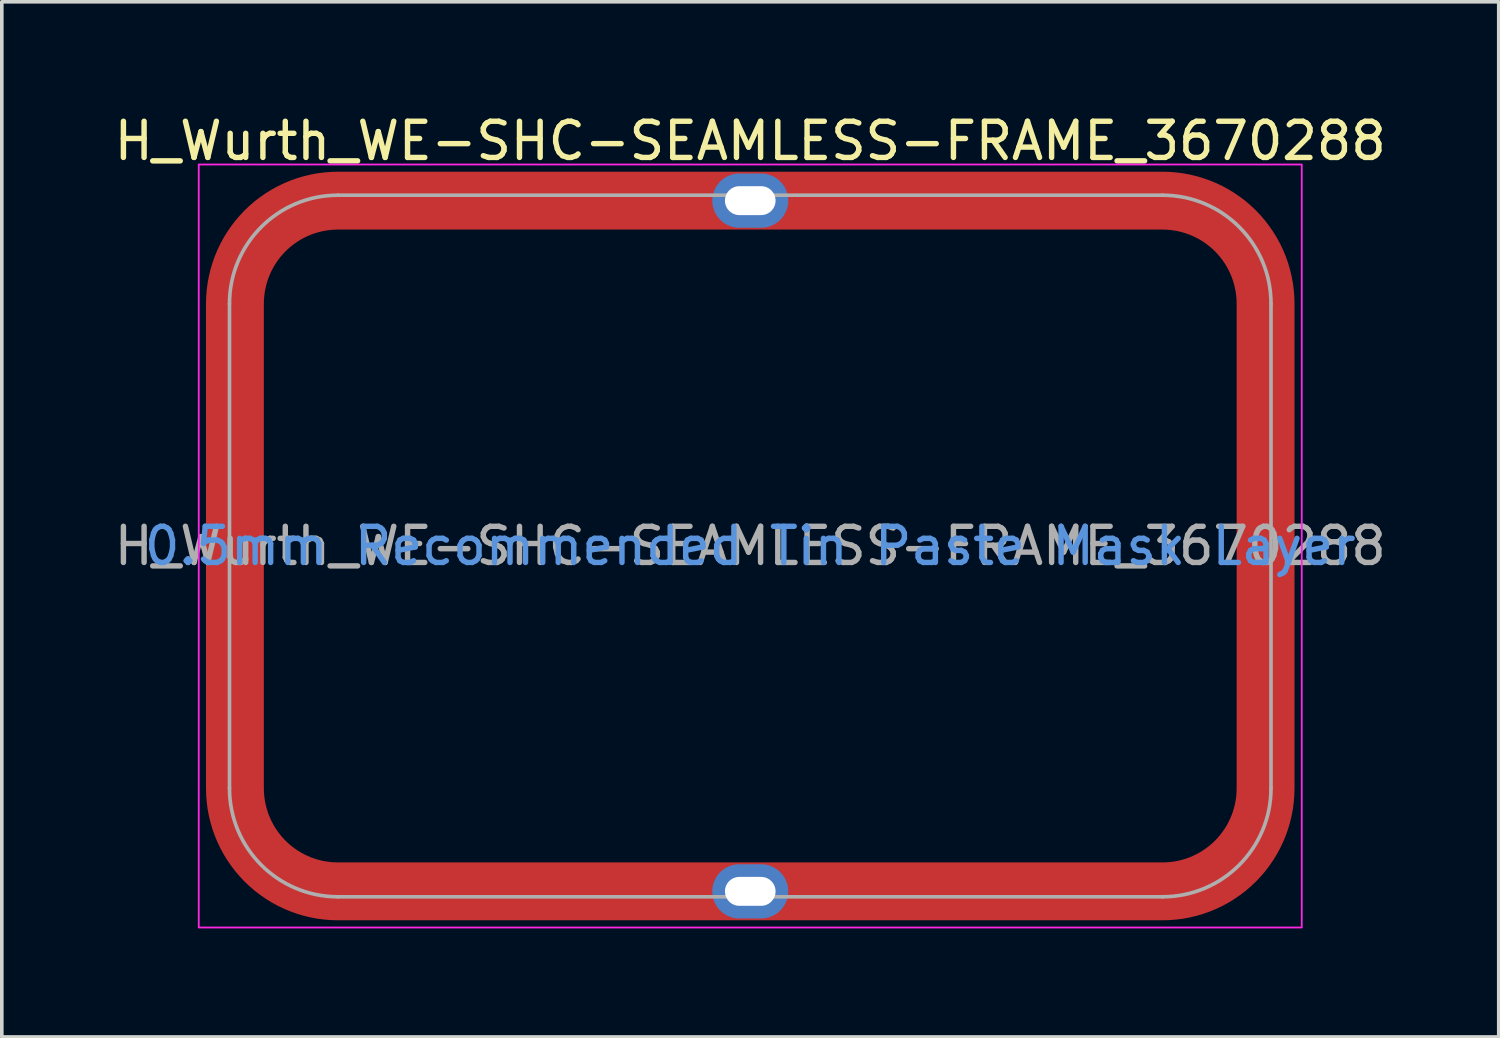
<source format=kicad_pcb>
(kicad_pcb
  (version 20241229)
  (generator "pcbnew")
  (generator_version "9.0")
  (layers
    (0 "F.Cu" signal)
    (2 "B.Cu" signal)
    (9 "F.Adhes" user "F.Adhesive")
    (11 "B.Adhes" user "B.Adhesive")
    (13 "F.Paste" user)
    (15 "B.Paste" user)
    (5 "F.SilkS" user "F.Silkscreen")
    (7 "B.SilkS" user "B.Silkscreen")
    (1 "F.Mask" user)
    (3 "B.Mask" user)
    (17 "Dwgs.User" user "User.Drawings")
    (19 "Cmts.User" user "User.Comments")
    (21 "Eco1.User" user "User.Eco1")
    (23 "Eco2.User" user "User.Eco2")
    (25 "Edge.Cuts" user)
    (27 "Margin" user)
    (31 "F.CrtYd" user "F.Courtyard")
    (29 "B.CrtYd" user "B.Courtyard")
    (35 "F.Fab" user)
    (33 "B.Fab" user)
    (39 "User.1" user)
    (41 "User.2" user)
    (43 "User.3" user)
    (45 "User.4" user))
  (footprint "H_Wurth_WE-SHC-SEAMLESS-FRAME_3670288"
    (layer "F.Cu")
    (at 17.696 12.048)
    (property "Reference" "H_Wurth_WE-SHC-SEAMLESS-FRAME_3670288" (at 0 -11.2 0) (unlocked yes) (layer "F.SilkS") (effects (font (size 1 1) (thickness 0.15))))
    (attr smd)
    (fp_poly (pts (xy -13.5 0.004) (xy -15 0.004) (xy -15 -6.7) (xy -14.995 -6.888) (xy -14.98 -7.076) (xy -14.956 -7.263) (xy -14.921 -7.448) (xy -14.877 -7.632) (xy -14.824 -7.812) (xy -14.761 -7.99) (xy -14.689 -8.164) (xy -14.608 -8.334) (xy -14.518 -8.5) (xy -14.419 -8.661) (xy -14.312 -8.816) (xy -14.198 -8.966) (xy -14.075 -9.109) (xy -13.946 -9.246) (xy -13.809 -9.375) (xy -13.666 -9.498) (xy -13.516 -9.612) (xy -13.361 -9.719) (xy -13.2 -9.818) (xy -13.034 -9.908) (xy -12.864 -9.989) (xy -12.69 -10.061) (xy -12.512 -10.124) (xy -12.332 -10.177) (xy -12.148 -10.221) (xy -11.963 -10.256) (xy -11.776 -10.28) (xy -11.588 -10.295) (xy -11.4 -10.3) (xy 11.4 -10.3) (xy 11.588 -10.295) (xy 11.776 -10.28) (xy 11.963 -10.256) (xy 12.148 -10.221) (xy 12.332 -10.177) (xy 12.512 -10.124) (xy 12.69 -10.061) (xy 12.864 -9.989) (xy 13.034 -9.908) (xy 13.2 -9.818) (xy 13.361 -9.719) (xy 13.516 -9.612) (xy 13.666 -9.498) (xy 13.809 -9.375) (xy 13.946 -9.246) (xy 14.075 -9.109) (xy 14.198 -8.966) (xy 14.312 -8.816) (xy 14.419 -8.661) (xy 14.518 -8.5) (xy 14.608 -8.334) (xy 14.689 -8.164) (xy 14.761 -7.99) (xy 14.824 -7.812) (xy 14.877 -7.632) (xy 14.921 -7.448) (xy 14.956 -7.263) (xy 14.98 -7.076) (xy 14.995 -6.888) (xy 15 -6.7) (xy 15 0.004) (xy 13.5 0.004) (xy 13.5 -6.7) (xy 13.497 -6.81) (xy 13.488 -6.92) (xy 13.474 -7.029) (xy 13.454 -7.137) (xy 13.428 -7.244) (xy 13.397 -7.349) (xy 13.361 -7.453) (xy 13.318 -7.554) (xy 13.271 -7.653) (xy 13.219 -7.75) (xy 13.161 -7.844) (xy 13.099 -7.934) (xy 13.032 -8.022) (xy 12.961 -8.105) (xy 12.885 -8.185) (xy 12.805 -8.261) (xy 12.722 -8.332) (xy 12.634 -8.399) (xy 12.544 -8.461) (xy 12.45 -8.519) (xy 12.353 -8.571) (xy 12.254 -8.618) (xy 12.153 -8.661) (xy 12.049 -8.697) (xy 11.944 -8.728) (xy 11.837 -8.754) (xy 11.729 -8.774) (xy 11.62 -8.788) (xy 11.51 -8.797) (xy 11.4 -8.8) (xy -11.4 -8.8) (xy -11.51 -8.797) (xy -11.62 -8.788) (xy -11.729 -8.774) (xy -11.837 -8.754) (xy -11.944 -8.728) (xy -12.049 -8.697) (xy -12.153 -8.661) (xy -12.254 -8.618) (xy -12.353 -8.571) (xy -12.45 -8.519) (xy -12.544 -8.461) (xy -12.634 -8.399) (xy -12.722 -8.332) (xy -12.805 -8.261) (xy -12.885 -8.185) (xy -12.961 -8.105) (xy -13.032 -8.022) (xy -13.099 -7.934) (xy -13.161 -7.844) (xy -13.219 -7.75) (xy -13.271 -7.653) (xy -13.318 -7.554) (xy -13.361 -7.453) (xy -13.397 -7.349) (xy -13.428 -7.244) (xy -13.454 -7.137) (xy -13.474 -7.029) (xy -13.488 -6.92) (xy -13.497 -6.81) (xy -13.5 -6.7) (xy -13.5 -0.25)) (stroke (width 0.1) (type solid)) (fill yes) (layer "F.Cu"))
    (fp_poly (pts (xy 13.5 -0.004) (xy 15 -0.004) (xy 15 6.7) (xy 14.995 6.888) (xy 14.98 7.076) (xy 14.956 7.263) (xy 14.921 7.448) (xy 14.877 7.632) (xy 14.824 7.812) (xy 14.761 7.99) (xy 14.689 8.164) (xy 14.608 8.334) (xy 14.518 8.5) (xy 14.419 8.661) (xy 14.312 8.816) (xy 14.198 8.966) (xy 14.075 9.109) (xy 13.946 9.246) (xy 13.809 9.375) (xy 13.666 9.498) (xy 13.516 9.612) (xy 13.361 9.719) (xy 13.2 9.818) (xy 13.034 9.908) (xy 12.864 9.989) (xy 12.69 10.061) (xy 12.512 10.124) (xy 12.332 10.177) (xy 12.148 10.221) (xy 11.963 10.256) (xy 11.776 10.28) (xy 11.588 10.295) (xy 11.4 10.3) (xy -11.4 10.3) (xy -11.588 10.295) (xy -11.776 10.28) (xy -11.963 10.256) (xy -12.148 10.221) (xy -12.332 10.177) (xy -12.512 10.124) (xy -12.69 10.061) (xy -12.864 9.989) (xy -13.034 9.908) (xy -13.2 9.818) (xy -13.361 9.719) (xy -13.516 9.612) (xy -13.666 9.498) (xy -13.809 9.375) (xy -13.946 9.246) (xy -14.075 9.109) (xy -14.198 8.966) (xy -14.312 8.816) (xy -14.419 8.661) (xy -14.518 8.5) (xy -14.608 8.334) (xy -14.689 8.164) (xy -14.761 7.99) (xy -14.824 7.812) (xy -14.877 7.632) (xy -14.921 7.448) (xy -14.956 7.263) (xy -14.98 7.076) (xy -14.995 6.888) (xy -15 6.7) (xy -15 -0.004) (xy -13.5 -0.004) (xy -13.5 6.7) (xy -13.497 6.81) (xy -13.488 6.92) (xy -13.474 7.029) (xy -13.454 7.137) (xy -13.428 7.244) (xy -13.397 7.349) (xy -13.361 7.453) (xy -13.318 7.554) (xy -13.271 7.653) (xy -13.219 7.75) (xy -13.161 7.844) (xy -13.099 7.934) (xy -13.032 8.022) (xy -12.961 8.105) (xy -12.885 8.185) (xy -12.805 8.261) (xy -12.722 8.332) (xy -12.634 8.399) (xy -12.544 8.461) (xy -12.45 8.519) (xy -12.353 8.571) (xy -12.254 8.618) (xy -12.153 8.661) (xy -12.049 8.697) (xy -11.944 8.728) (xy -11.837 8.754) (xy -11.729 8.774) (xy -11.62 8.788) (xy -11.51 8.797) (xy -11.4 8.8) (xy 11.4 8.8) (xy 11.51 8.797) (xy 11.62 8.788) (xy 11.729 8.774) (xy 11.837 8.754) (xy 11.944 8.728) (xy 12.049 8.697) (xy 12.153 8.661) (xy 12.254 8.618) (xy 12.353 8.571) (xy 12.45 8.519) (xy 12.544 8.461) (xy 12.634 8.399) (xy 12.722 8.332) (xy 12.805 8.261) (xy 12.885 8.185) (xy 12.961 8.105) (xy 13.032 8.022) (xy 13.099 7.934) (xy 13.161 7.844) (xy 13.219 7.75) (xy 13.271 7.653) (xy 13.318 7.554) (xy 13.361 7.453) (xy 13.397 7.349) (xy 13.428 7.244) (xy 13.454 7.137) (xy 13.474 7.029) (xy 13.488 6.92) (xy 13.497 6.81) (xy 13.5 6.7) (xy 13.5 0.25)) (stroke (width 0.1) (type solid)) (fill yes) (layer "F.Cu"))
    (fp_poly (pts (xy -13.5 0.004) (xy -15 0.004) (xy -15 -6.7) (xy -14.995 -6.888) (xy -14.98 -7.076) (xy -14.956 -7.263) (xy -14.921 -7.448) (xy -14.877 -7.632) (xy -14.824 -7.812) (xy -14.761 -7.99) (xy -14.689 -8.164) (xy -14.608 -8.334) (xy -14.518 -8.5) (xy -14.419 -8.661) (xy -14.312 -8.816) (xy -14.198 -8.966) (xy -14.075 -9.109) (xy -13.946 -9.246) (xy -13.809 -9.375) (xy -13.666 -9.498) (xy -13.516 -9.612) (xy -13.361 -9.719) (xy -13.2 -9.818) (xy -13.034 -9.908) (xy -12.864 -9.989) (xy -12.69 -10.061) (xy -12.512 -10.124) (xy -12.332 -10.177) (xy -12.148 -10.221) (xy -11.963 -10.256) (xy -11.776 -10.28) (xy -11.588 -10.295) (xy -11.4 -10.3) (xy 11.4 -10.3) (xy 11.588 -10.295) (xy 11.776 -10.28) (xy 11.963 -10.256) (xy 12.148 -10.221) (xy 12.332 -10.177) (xy 12.512 -10.124) (xy 12.69 -10.061) (xy 12.864 -9.989) (xy 13.034 -9.908) (xy 13.2 -9.818) (xy 13.361 -9.719) (xy 13.516 -9.612) (xy 13.666 -9.498) (xy 13.809 -9.375) (xy 13.946 -9.246) (xy 14.075 -9.109) (xy 14.198 -8.966) (xy 14.312 -8.816) (xy 14.419 -8.661) (xy 14.518 -8.5) (xy 14.608 -8.334) (xy 14.689 -8.164) (xy 14.761 -7.99) (xy 14.824 -7.812) (xy 14.877 -7.632) (xy 14.921 -7.448) (xy 14.956 -7.263) (xy 14.98 -7.076) (xy 14.995 -6.888) (xy 15 -6.7) (xy 15 0.004) (xy 13.5 0.004) (xy 13.5 -6.7) (xy 13.497 -6.81) (xy 13.488 -6.92) (xy 13.474 -7.029) (xy 13.454 -7.137) (xy 13.428 -7.244) (xy 13.397 -7.349) (xy 13.361 -7.453) (xy 13.318 -7.554) (xy 13.271 -7.653) (xy 13.219 -7.75) (xy 13.161 -7.844) (xy 13.099 -7.934) (xy 13.032 -8.022) (xy 12.961 -8.105) (xy 12.885 -8.185) (xy 12.805 -8.261) (xy 12.722 -8.332) (xy 12.634 -8.399) (xy 12.544 -8.461) (xy 12.45 -8.519) (xy 12.353 -8.571) (xy 12.254 -8.618) (xy 12.153 -8.661) (xy 12.049 -8.697) (xy 11.944 -8.728) (xy 11.837 -8.754) (xy 11.729 -8.774) (xy 11.62 -8.788) (xy 11.51 -8.797) (xy 11.4 -8.8) (xy -11.4 -8.8) (xy -11.51 -8.797) (xy -11.62 -8.788) (xy -11.729 -8.774) (xy -11.837 -8.754) (xy -11.944 -8.728) (xy -12.049 -8.697) (xy -12.153 -8.661) (xy -12.254 -8.618) (xy -12.353 -8.571) (xy -12.45 -8.519) (xy -12.544 -8.461) (xy -12.634 -8.399) (xy -12.722 -8.332) (xy -12.805 -8.261) (xy -12.885 -8.185) (xy -12.961 -8.105) (xy -13.032 -8.022) (xy -13.099 -7.934) (xy -13.161 -7.844) (xy -13.219 -7.75) (xy -13.271 -7.653) (xy -13.318 -7.554) (xy -13.361 -7.453) (xy -13.397 -7.349) (xy -13.428 -7.244) (xy -13.454 -7.137) (xy -13.474 -7.029) (xy -13.488 -6.92) (xy -13.497 -6.81) (xy -13.5 -6.7) (xy -13.5 -0.25)) (stroke (width 0.1) (type solid)) (fill yes) (layer "F.Mask"))
    (fp_poly (pts (xy 13.5 -0.004) (xy 15 -0.004) (xy 15 6.7) (xy 14.995 6.888) (xy 14.98 7.076) (xy 14.956 7.263) (xy 14.921 7.448) (xy 14.877 7.632) (xy 14.824 7.812) (xy 14.761 7.99) (xy 14.689 8.164) (xy 14.608 8.334) (xy 14.518 8.5) (xy 14.419 8.661) (xy 14.312 8.816) (xy 14.198 8.966) (xy 14.075 9.109) (xy 13.946 9.246) (xy 13.809 9.375) (xy 13.666 9.498) (xy 13.516 9.612) (xy 13.361 9.719) (xy 13.2 9.818) (xy 13.034 9.908) (xy 12.864 9.989) (xy 12.69 10.061) (xy 12.512 10.124) (xy 12.332 10.177) (xy 12.148 10.221) (xy 11.963 10.256) (xy 11.776 10.28) (xy 11.588 10.295) (xy 11.4 10.3) (xy -11.4 10.3) (xy -11.588 10.295) (xy -11.776 10.28) (xy -11.963 10.256) (xy -12.148 10.221) (xy -12.332 10.177) (xy -12.512 10.124) (xy -12.69 10.061) (xy -12.864 9.989) (xy -13.034 9.908) (xy -13.2 9.818) (xy -13.361 9.719) (xy -13.516 9.612) (xy -13.666 9.498) (xy -13.809 9.375) (xy -13.946 9.246) (xy -14.075 9.109) (xy -14.198 8.966) (xy -14.312 8.816) (xy -14.419 8.661) (xy -14.518 8.5) (xy -14.608 8.334) (xy -14.689 8.164) (xy -14.761 7.99) (xy -14.824 7.812) (xy -14.877 7.632) (xy -14.921 7.448) (xy -14.956 7.263) (xy -14.98 7.076) (xy -14.995 6.888) (xy -15 6.7) (xy -15 -0.004) (xy -13.5 -0.004) (xy -13.5 6.7) (xy -13.497 6.81) (xy -13.488 6.92) (xy -13.474 7.029) (xy -13.454 7.137) (xy -13.428 7.244) (xy -13.397 7.349) (xy -13.361 7.453) (xy -13.318 7.554) (xy -13.271 7.653) (xy -13.219 7.75) (xy -13.161 7.844) (xy -13.099 7.934) (xy -13.032 8.022) (xy -12.961 8.105) (xy -12.885 8.185) (xy -12.805 8.261) (xy -12.722 8.332) (xy -12.634 8.399) (xy -12.544 8.461) (xy -12.45 8.519) (xy -12.353 8.571) (xy -12.254 8.618) (xy -12.153 8.661) (xy -12.049 8.697) (xy -11.944 8.728) (xy -11.837 8.754) (xy -11.729 8.774) (xy -11.62 8.788) (xy -11.51 8.797) (xy -11.4 8.8) (xy 11.4 8.8) (xy 11.51 8.797) (xy 11.62 8.788) (xy 11.729 8.774) (xy 11.837 8.754) (xy 11.944 8.728) (xy 12.049 8.697) (xy 12.153 8.661) (xy 12.254 8.618) (xy 12.353 8.571) (xy 12.45 8.519) (xy 12.544 8.461) (xy 12.634 8.399) (xy 12.722 8.332) (xy 12.805 8.261) (xy 12.885 8.185) (xy 12.961 8.105) (xy 13.032 8.022) (xy 13.099 7.934) (xy 13.161 7.844) (xy 13.219 7.75) (xy 13.271 7.653) (xy 13.318 7.554) (xy 13.361 7.453) (xy 13.397 7.349) (xy 13.428 7.244) (xy 13.454 7.137) (xy 13.474 7.029) (xy 13.488 6.92) (xy 13.497 6.81) (xy 13.5 6.7) (xy 13.5 0.25)) (stroke (width 0.1) (type solid)) (fill yes) (layer "F.Mask"))
    (fp_poly (pts (xy -13.5 0.004) (xy -15 0.004) (xy -15 -6.7) (xy -14.995 -6.888) (xy -14.98 -7.076) (xy -14.956 -7.263) (xy -14.921 -7.448) (xy -14.877 -7.632) (xy -14.824 -7.812) (xy -14.761 -7.99) (xy -14.689 -8.164) (xy -14.608 -8.334) (xy -14.518 -8.5) (xy -14.419 -8.661) (xy -14.312 -8.816) (xy -14.198 -8.966) (xy -14.075 -9.109) (xy -13.946 -9.246) (xy -13.809 -9.375) (xy -13.666 -9.498) (xy -13.516 -9.612) (xy -13.361 -9.719) (xy -13.2 -9.818) (xy -13.034 -9.908) (xy -12.864 -9.989) (xy -12.69 -10.061) (xy -12.512 -10.124) (xy -12.332 -10.177) (xy -12.148 -10.221) (xy -11.963 -10.256) (xy -11.776 -10.28) (xy -11.588 -10.295) (xy -11.4 -10.3) (xy 11.4 -10.3) (xy 11.588 -10.295) (xy 11.776 -10.28) (xy 11.963 -10.256) (xy 12.148 -10.221) (xy 12.332 -10.177) (xy 12.512 -10.124) (xy 12.69 -10.061) (xy 12.864 -9.989) (xy 13.034 -9.908) (xy 13.2 -9.818) (xy 13.361 -9.719) (xy 13.516 -9.612) (xy 13.666 -9.498) (xy 13.809 -9.375) (xy 13.946 -9.246) (xy 14.075 -9.109) (xy 14.198 -8.966) (xy 14.312 -8.816) (xy 14.419 -8.661) (xy 14.518 -8.5) (xy 14.608 -8.334) (xy 14.689 -8.164) (xy 14.761 -7.99) (xy 14.824 -7.812) (xy 14.877 -7.632) (xy 14.921 -7.448) (xy 14.956 -7.263) (xy 14.98 -7.076) (xy 14.995 -6.888) (xy 15 -6.7) (xy 15 0.004) (xy 13.5 0.004) (xy 13.5 -6.7) (xy 13.497 -6.81) (xy 13.488 -6.92) (xy 13.474 -7.029) (xy 13.454 -7.137) (xy 13.428 -7.244) (xy 13.397 -7.349) (xy 13.361 -7.453) (xy 13.318 -7.554) (xy 13.271 -7.653) (xy 13.219 -7.75) (xy 13.161 -7.844) (xy 13.099 -7.934) (xy 13.032 -8.022) (xy 12.961 -8.105) (xy 12.885 -8.185) (xy 12.805 -8.261) (xy 12.722 -8.332) (xy 12.634 -8.399) (xy 12.544 -8.461) (xy 12.45 -8.519) (xy 12.353 -8.571) (xy 12.254 -8.618) (xy 12.153 -8.661) (xy 12.049 -8.697) (xy 11.944 -8.728) (xy 11.837 -8.754) (xy 11.729 -8.774) (xy 11.62 -8.788) (xy 11.51 -8.797) (xy 11.4 -8.8) (xy -11.4 -8.8) (xy -11.51 -8.797) (xy -11.62 -8.788) (xy -11.729 -8.774) (xy -11.837 -8.754) (xy -11.944 -8.728) (xy -12.049 -8.697) (xy -12.153 -8.661) (xy -12.254 -8.618) (xy -12.353 -8.571) (xy -12.45 -8.519) (xy -12.544 -8.461) (xy -12.634 -8.399) (xy -12.722 -8.332) (xy -12.805 -8.261) (xy -12.885 -8.185) (xy -12.961 -8.105) (xy -13.032 -8.022) (xy -13.099 -7.934) (xy -13.161 -7.844) (xy -13.219 -7.75) (xy -13.271 -7.653) (xy -13.318 -7.554) (xy -13.361 -7.453) (xy -13.397 -7.349) (xy -13.428 -7.244) (xy -13.454 -7.137) (xy -13.474 -7.029) (xy -13.488 -6.92) (xy -13.497 -6.81) (xy -13.5 -6.7) (xy -13.5 -0.25)) (stroke (width 0.1) (type solid)) (fill yes) (layer "F.Paste"))
    (fp_poly (pts (xy 13.5 -0.004) (xy 15 -0.004) (xy 15 6.7) (xy 14.995 6.888) (xy 14.98 7.076) (xy 14.956 7.263) (xy 14.921 7.448) (xy 14.877 7.632) (xy 14.824 7.812) (xy 14.761 7.99) (xy 14.689 8.164) (xy 14.608 8.334) (xy 14.518 8.5) (xy 14.419 8.661) (xy 14.312 8.816) (xy 14.198 8.966) (xy 14.075 9.109) (xy 13.946 9.246) (xy 13.809 9.375) (xy 13.666 9.498) (xy 13.516 9.612) (xy 13.361 9.719) (xy 13.2 9.818) (xy 13.034 9.908) (xy 12.864 9.989) (xy 12.69 10.061) (xy 12.512 10.124) (xy 12.332 10.177) (xy 12.148 10.221) (xy 11.963 10.256) (xy 11.776 10.28) (xy 11.588 10.295) (xy 11.4 10.3) (xy -11.4 10.3) (xy -11.588 10.295) (xy -11.776 10.28) (xy -11.963 10.256) (xy -12.148 10.221) (xy -12.332 10.177) (xy -12.512 10.124) (xy -12.69 10.061) (xy -12.864 9.989) (xy -13.034 9.908) (xy -13.2 9.818) (xy -13.361 9.719) (xy -13.516 9.612) (xy -13.666 9.498) (xy -13.809 9.375) (xy -13.946 9.246) (xy -14.075 9.109) (xy -14.198 8.966) (xy -14.312 8.816) (xy -14.419 8.661) (xy -14.518 8.5) (xy -14.608 8.334) (xy -14.689 8.164) (xy -14.761 7.99) (xy -14.824 7.812) (xy -14.877 7.632) (xy -14.921 7.448) (xy -14.956 7.263) (xy -14.98 7.076) (xy -14.995 6.888) (xy -15 6.7) (xy -15 -0.004) (xy -13.5 -0.004) (xy -13.5 6.7) (xy -13.497 6.81) (xy -13.488 6.92) (xy -13.474 7.029) (xy -13.454 7.137) (xy -13.428 7.244) (xy -13.397 7.349) (xy -13.361 7.453) (xy -13.318 7.554) (xy -13.271 7.653) (xy -13.219 7.75) (xy -13.161 7.844) (xy -13.099 7.934) (xy -13.032 8.022) (xy -12.961 8.105) (xy -12.885 8.185) (xy -12.805 8.261) (xy -12.722 8.332) (xy -12.634 8.399) (xy -12.544 8.461) (xy -12.45 8.519) (xy -12.353 8.571) (xy -12.254 8.618) (xy -12.153 8.661) (xy -12.049 8.697) (xy -11.944 8.728) (xy -11.837 8.754) (xy -11.729 8.774) (xy -11.62 8.788) (xy -11.51 8.797) (xy -11.4 8.8) (xy 11.4 8.8) (xy 11.51 8.797) (xy 11.62 8.788) (xy 11.729 8.774) (xy 11.837 8.754) (xy 11.944 8.728) (xy 12.049 8.697) (xy 12.153 8.661) (xy 12.254 8.618) (xy 12.353 8.571) (xy 12.45 8.519) (xy 12.544 8.461) (xy 12.634 8.399) (xy 12.722 8.332) (xy 12.805 8.261) (xy 12.885 8.185) (xy 12.961 8.105) (xy 13.032 8.022) (xy 13.099 7.934) (xy 13.161 7.844) (xy 13.219 7.75) (xy 13.271 7.653) (xy 13.318 7.554) (xy 13.361 7.453) (xy 13.397 7.349) (xy 13.428 7.244) (xy 13.454 7.137) (xy 13.474 7.029) (xy 13.488 6.92) (xy 13.497 6.81) (xy 13.5 6.7) (xy 13.5 0.25)) (stroke (width 0.1) (type solid)) (fill yes) (layer "F.Paste"))
    (fp_rect (start -15.25 -10.55) (end 15.25 10.55) (stroke (width 0.05) (type solid)) (fill no) (layer "F.CrtYd"))
    (fp_line (start -14.4 6.7) (end -14.4 -6.7) (stroke (width 0.1) (type solid)) (layer "F.Fab"))
    (fp_line (start -11.4 -9.7) (end 11.4 -9.7) (stroke (width 0.1) (type solid)) (layer "F.Fab"))
    (fp_line (start -11.4 9.7) (end 11.4 9.7) (stroke (width 0.1) (type solid)) (layer "F.Fab"))
    (fp_line (start 14.4 6.7) (end 14.4 -6.7) (stroke (width 0.1) (type solid)) (layer "F.Fab"))
    (fp_arc (start -14.4 -6.7) (mid -13.521321 -8.821321) (end -11.4 -9.7) (stroke (width 0.1) (type default)) (layer "F.Fab"))
    (fp_arc (start -11.4 9.7) (mid -13.521321 8.821321) (end -14.4 6.7) (stroke (width 0.1) (type default)) (layer "F.Fab"))
    (fp_arc (start 11.4 -9.7) (mid 13.521321 -8.821321) (end 14.4 -6.7) (stroke (width 0.1) (type default)) (layer "F.Fab"))
    (fp_arc (start 14.4 6.7) (mid 13.521321 8.821321) (end 11.4 9.7) (stroke (width 0.1) (type default)) (layer "F.Fab"))
    (fp_text user "0.5mm Recommended Tin Paste Mask Layer" (at 0 0 0) (unlocked yes) (layer "Cmts.User") (effects (font (size 1 1) (thickness 0.15))))
    (fp_text user "${REFERENCE}" (at 0 0 0) (unlocked yes) (layer "F.Fab") (effects (font (size 1 1) (thickness 0.15))))
    (pad "1" thru_hole oval (at 0 -9.55) (size 2.1 1.5) (drill oval 1.4 0.8) (layers "*.Cu" "*.Mask"))
    (pad "1" thru_hole oval (at 0 9.55) (size 2.1 1.5) (drill oval 1.4 0.8) (layers "*.Cu" "*.Mask")))
  (gr_rect
    (start -3 -3)
    (end 38.393 25.623)
    (stroke (width 0.1) (type default))
    (fill no)
    (layer "Edge.Cuts")))
</source>
